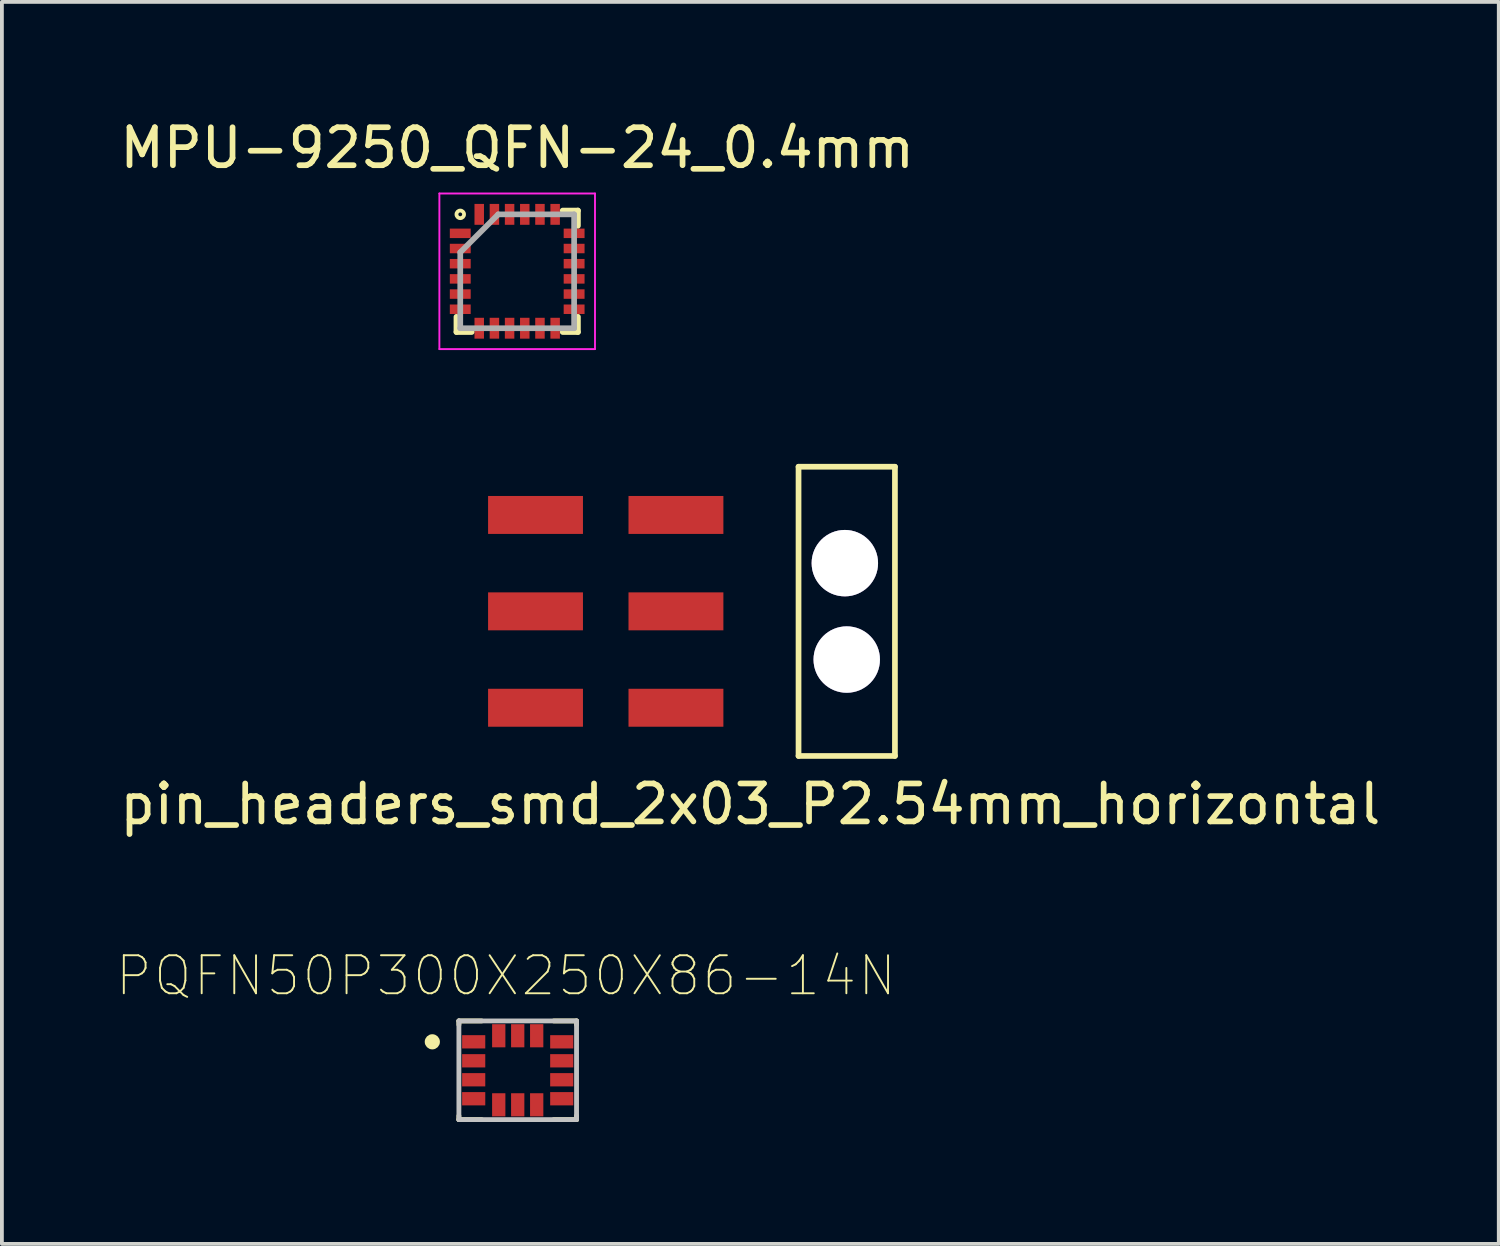
<source format=kicad_pcb>
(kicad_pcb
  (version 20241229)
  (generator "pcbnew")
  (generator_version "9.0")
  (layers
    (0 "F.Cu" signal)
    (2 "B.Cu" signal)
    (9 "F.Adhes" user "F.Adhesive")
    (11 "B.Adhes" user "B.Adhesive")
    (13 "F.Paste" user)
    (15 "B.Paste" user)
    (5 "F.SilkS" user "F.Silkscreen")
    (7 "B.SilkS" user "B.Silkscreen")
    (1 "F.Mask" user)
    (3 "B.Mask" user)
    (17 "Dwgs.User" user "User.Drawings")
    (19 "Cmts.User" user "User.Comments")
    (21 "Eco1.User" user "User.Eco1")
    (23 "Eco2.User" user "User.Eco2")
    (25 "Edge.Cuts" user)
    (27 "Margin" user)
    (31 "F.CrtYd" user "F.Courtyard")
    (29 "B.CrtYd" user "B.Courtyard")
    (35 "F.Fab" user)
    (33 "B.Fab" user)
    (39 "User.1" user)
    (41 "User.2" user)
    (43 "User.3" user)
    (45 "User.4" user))
  (footprint "MPU-9250_QFN-24_0.4mm"
    (layer "F.Cu")
    (at 10.577 4.098)
    (property "Reference" "MPU-9250_QFN-24_0.4mm" (at 0 -3.25 0) (layer "F.SilkS") (effects (font (size 1 1) (thickness 0.15))))
    (attr smd)
    (fp_line (start -1.6 1.6) (end -1.6 1.2) (stroke (width 0.15) (type solid)) (layer "F.SilkS"))
    (fp_line (start -1.6 1.6) (end -1.2 1.6) (stroke (width 0.15) (type solid)) (layer "F.SilkS"))
    (fp_line (start 1.6 -1.6) (end 1.2 -1.6) (stroke (width 0.15) (type solid)) (layer "F.SilkS"))
    (fp_line (start 1.6 -1.6) (end 1.6 -1.2) (stroke (width 0.15) (type solid)) (layer "F.SilkS"))
    (fp_line (start 1.6 1.6) (end 1.2 1.6) (stroke (width 0.15) (type solid)) (layer "F.SilkS"))
    (fp_line (start 1.6 1.6) (end 1.6 1.2) (stroke (width 0.15) (type solid)) (layer "F.SilkS"))
    (fp_circle (center -1.5 -1.5) (end -1.4 -1.5) (stroke (width 0.1) (type solid)) (fill no) (layer "F.SilkS"))
    (fp_line (start -2.05 -2.05) (end 2.05 -2.05) (stroke (width 0.05) (type solid)) (layer "F.CrtYd"))
    (fp_line (start -2.05 2.05) (end -2.05 -2.05) (stroke (width 0.05) (type solid)) (layer "F.CrtYd"))
    (fp_line (start 2.05 -2.05) (end 2.05 2.05) (stroke (width 0.05) (type solid)) (layer "F.CrtYd"))
    (fp_line (start 2.05 2.05) (end -2.05 2.05) (stroke (width 0.05) (type solid)) (layer "F.CrtYd"))
    (fp_line (start -1.5 -0.5) (end -0.5 -1.5) (stroke (width 0.15) (type solid)) (layer "F.Fab"))
    (fp_line (start -1.5 1.5) (end -1.5 -0.5) (stroke (width 0.15) (type solid)) (layer "F.Fab"))
    (fp_line (start -0.5 -1.5) (end 1.5 -1.5) (stroke (width 0.15) (type solid)) (layer "F.Fab"))
    (fp_line (start 1.5 -1.5) (end 1.5 1.5) (stroke (width 0.15) (type solid)) (layer "F.Fab"))
    (fp_line (start 1.5 1.5) (end -1.5 1.5) (stroke (width 0.15) (type solid)) (layer "F.Fab"))
    (pad "1" smd rect (at -1.5 -1) (size 0.55 0.25) (layers "F.Cu" "F.Mask" "F.Paste"))
    (pad "2" smd rect (at -1.5 -0.6) (size 0.55 0.25) (layers "F.Cu" "F.Mask" "F.Paste"))
    (pad "3" smd rect (at -1.5 -0.2) (size 0.55 0.25) (layers "F.Cu" "F.Mask" "F.Paste"))
    (pad "4" smd rect (at -1.5 0.2) (size 0.55 0.25) (layers "F.Cu" "F.Mask" "F.Paste"))
    (pad "5" smd rect (at -1.5 0.6) (size 0.55 0.25) (layers "F.Cu" "F.Mask" "F.Paste"))
    (pad "6" smd rect (at -1.5 1) (size 0.55 0.25) (layers "F.Cu" "F.Mask" "F.Paste"))
    (pad "7" smd rect (at -1 1.5 90) (size 0.55 0.25) (layers "F.Cu" "F.Mask" "F.Paste"))
    (pad "8" smd rect (at -0.6 1.5 90) (size 0.55 0.25) (layers "F.Cu" "F.Mask" "F.Paste"))
    (pad "9" smd rect (at -0.2 1.5 90) (size 0.55 0.25) (layers "F.Cu" "F.Mask" "F.Paste"))
    (pad "10" smd rect (at 0.2 1.5 90) (size 0.55 0.25) (layers "F.Cu" "F.Mask" "F.Paste"))
    (pad "11" smd rect (at 0.6 1.5 90) (size 0.55 0.25) (layers "F.Cu" "F.Mask" "F.Paste"))
    (pad "12" smd rect (at 1 1.5 90) (size 0.55 0.25) (layers "F.Cu" "F.Mask" "F.Paste"))
    (pad "13" smd rect (at 1.5 1) (size 0.55 0.25) (layers "F.Cu" "F.Mask" "F.Paste"))
    (pad "14" smd rect (at 1.5 0.6) (size 0.55 0.25) (layers "F.Cu" "F.Mask" "F.Paste"))
    (pad "15" smd rect (at 1.5 0.2) (size 0.55 0.25) (layers "F.Cu" "F.Mask" "F.Paste"))
    (pad "16" smd rect (at 1.5 -0.2) (size 0.55 0.25) (layers "F.Cu" "F.Mask" "F.Paste"))
    (pad "17" smd rect (at 1.5 -0.6) (size 0.55 0.25) (layers "F.Cu" "F.Mask" "F.Paste"))
    (pad "18" smd rect (at 1.5 -1) (size 0.55 0.25) (layers "F.Cu" "F.Mask" "F.Paste"))
    (pad "19" smd rect (at 1 -1.5 90) (size 0.55 0.25) (layers "F.Cu" "F.Mask" "F.Paste"))
    (pad "20" smd rect (at 0.6 -1.5 90) (size 0.55 0.25) (layers "F.Cu" "F.Mask" "F.Paste"))
    (pad "21" smd rect (at 0.2 -1.5 90) (size 0.55 0.25) (layers "F.Cu" "F.Mask" "F.Paste"))
    (pad "22" smd rect (at -0.2 -1.5 90) (size 0.55 0.25) (layers "F.Cu" "F.Mask" "F.Paste"))
    (pad "23" smd rect (at -0.6 -1.5 90) (size 0.55 0.25) (layers "F.Cu" "F.Mask" "F.Paste"))
    (pad "24" smd rect (at -1 -1.5 90) (size 0.55 0.25) (layers "F.Cu" "F.Mask" "F.Paste")))
  (footprint "pin_headers_smd_2x03_P2.54mm_horizontal"
    (layer "F.Cu")
    (at 12.91 13.058)
    (property "Reference" "pin_headers_smd_2x03_P2.54mm_horizontal" (at 3.81 5.08 0) (layer "F.SilkS") (effects (font (size 1 1) (thickness 0.15))))
    (attr through_hole)
    (fp_line (start 5.08 -3.81) (end 7.62 -3.81) (stroke (width 0.15) (type solid)) (layer "F.SilkS"))
    (fp_line (start 5.08 3.81) (end 5.08 -3.81) (stroke (width 0.15) (type solid)) (layer "F.SilkS"))
    (fp_line (start 7.62 -3.81) (end 7.62 3.81) (stroke (width 0.15) (type solid)) (layer "F.SilkS"))
    (fp_line (start 7.62 3.81) (end 5.08 3.81) (stroke (width 0.15) (type solid)) (layer "F.SilkS"))
    (pad "1" smd rect (at -2.54 -2.54) (size 2.5 1) (drill (offset 0.69 0)) (layers "F.Cu" "F.Mask" "F.Paste"))
    (pad "2" smd rect (at 2.54 -2.54) (size 2.5 1) (drill (offset -0.69 0)) (layers "F.Cu" "F.Mask" "F.Paste"))
    (pad "3" smd rect (at -2.54 0) (size 2.5 1) (drill (offset 0.69 0)) (layers "F.Cu" "F.Mask" "F.Paste"))
    (pad "4" smd rect (at 2.54 0) (size 2.5 1) (drill (offset -0.69 0)) (layers "F.Cu" "F.Mask" "F.Paste"))
    (pad "5" smd rect (at -2.54 2.54) (size 2.5 1) (drill (offset 0.69 0)) (layers "F.Cu" "F.Mask" "F.Paste"))
    (pad "6" smd rect (at 2.54 2.54) (size 2.5 1) (drill (offset -0.69 0)) (layers "F.Cu" "F.Mask" "F.Paste"))
    (pad "13" thru_hole circle (at 6.3 -1.27) (size 1.75 1.75) (drill 1.75) (layers "*.Cu" "*.Mask"))
    (pad "14" thru_hole circle (at 6.35 1.27) (size 1.75 1.75) (drill 1.75) (layers "*.Cu" "*.Mask")))
  (footprint "PQFN50P300X250X86-14N"
    (layer "F.Cu")
    (at 10.591 25.15)
    (property "Reference" "PQFN50P300X250X86-14N" (at -0.311 -2.49 0) (layer "F.SilkS") (effects (font (size 1.002 1.002) (thickness 0.05))))
    (attr smd)
    (fp_line (start -1.55 -1.2) (end -1.55 -1.3) (stroke (width 0.127) (type solid)) (layer "F.SilkS"))
    (fp_line (start -1.55 1.3) (end -1.55 1.2) (stroke (width 0.127) (type solid)) (layer "F.SilkS"))
    (fp_line (start -1.55 1.3) (end -0.95 1.3) (stroke (width 0.127) (type solid)) (layer "F.SilkS"))
    (fp_line (start -0.95 -1.3) (end -1.55 -1.3) (stroke (width 0.127) (type solid)) (layer "F.SilkS"))
    (fp_line (start 0.95 -1.3) (end 1.55 -1.3) (stroke (width 0.127) (type solid)) (layer "F.SilkS"))
    (fp_line (start 0.95 1.3) (end 1.55 1.3) (stroke (width 0.127) (type solid)) (layer "F.SilkS"))
    (fp_line (start 1.55 -1.2) (end 1.55 -1.3) (stroke (width 0.127) (type solid)) (layer "F.SilkS"))
    (fp_line (start 1.55 1.3) (end 1.55 1.2) (stroke (width 0.127) (type solid)) (layer "F.SilkS"))
    (fp_circle (center -2.25 -0.75) (end -2.15 -0.75) (stroke (width 0.2) (type solid)) (fill no) (layer "F.SilkS"))
    (fp_line (start -1.55 -1.3) (end 1.55 -1.3) (stroke (width 0.127) (type solid)) (layer "Dwgs.User"))
    (fp_line (start -1.55 1.3) (end -1.55 -1.3) (stroke (width 0.127) (type solid)) (layer "Dwgs.User"))
    (fp_line (start 1.55 -1.3) (end 1.55 1.3) (stroke (width 0.127) (type solid)) (layer "Dwgs.User"))
    (fp_line (start 1.55 1.3) (end -1.55 1.3) (stroke (width 0.127) (type solid)) (layer "Dwgs.User"))
    (fp_line (start -1.8 -1.55) (end 1.8 -1.55) (stroke (width 0.05) (type solid)) (layer "Eco1.User"))
    (fp_line (start -1.8 1.55) (end -1.8 -1.55) (stroke (width 0.05) (type solid)) (layer "Eco1.User"))
    (fp_line (start 1.8 -1.55) (end 1.8 1.55) (stroke (width 0.05) (type solid)) (layer "Eco1.User"))
    (fp_line (start 1.8 1.55) (end -1.8 1.55) (stroke (width 0.05) (type solid)) (layer "Eco1.User"))
    (pad "1" smd rect (at -1.16 -0.75 180) (size 0.61 0.35) (layers "F.Cu" "F.Mask" "F.Paste"))
    (pad "2" smd rect (at -1.16 -0.25 180) (size 0.61 0.35) (layers "F.Cu" "F.Mask" "F.Paste"))
    (pad "3" smd rect (at -1.16 0.25 180) (size 0.61 0.35) (layers "F.Cu" "F.Mask" "F.Paste"))
    (pad "4" smd rect (at -1.16 0.75 180) (size 0.61 0.35) (layers "F.Cu" "F.Mask" "F.Paste"))
    (pad "5" smd rect (at -0.5 0.91 90) (size 0.61 0.35) (layers "F.Cu" "F.Mask" "F.Paste"))
    (pad "6" smd rect (at 0 0.91 90) (size 0.61 0.35) (layers "F.Cu" "F.Mask" "F.Paste"))
    (pad "7" smd rect (at 0.5 0.91 90) (size 0.61 0.35) (layers "F.Cu" "F.Mask" "F.Paste"))
    (pad "8" smd rect (at 1.16 0.75 180) (size 0.61 0.35) (layers "F.Cu" "F.Mask" "F.Paste"))
    (pad "9" smd rect (at 1.16 0.25 180) (size 0.61 0.35) (layers "F.Cu" "F.Mask" "F.Paste"))
    (pad "10" smd rect (at 1.16 -0.25 180) (size 0.61 0.35) (layers "F.Cu" "F.Mask" "F.Paste"))
    (pad "11" smd rect (at 1.16 -0.75 180) (size 0.61 0.35) (layers "F.Cu" "F.Mask" "F.Paste"))
    (pad "12" smd rect (at 0.5 -0.91 90) (size 0.61 0.35) (layers "F.Cu" "F.Mask" "F.Paste"))
    (pad "13" smd rect (at 0 -0.91 90) (size 0.61 0.35) (layers "F.Cu" "F.Mask" "F.Paste"))
    (pad "14" smd rect (at -0.5 -0.91 90) (size 0.61 0.35) (layers "F.Cu" "F.Mask" "F.Paste")))
  (gr_rect
    (start -3 -3)
    (end 36.44 29.725)
    (stroke (width 0.1) (type default))
    (fill no)
    (layer "Edge.Cuts")))
</source>
